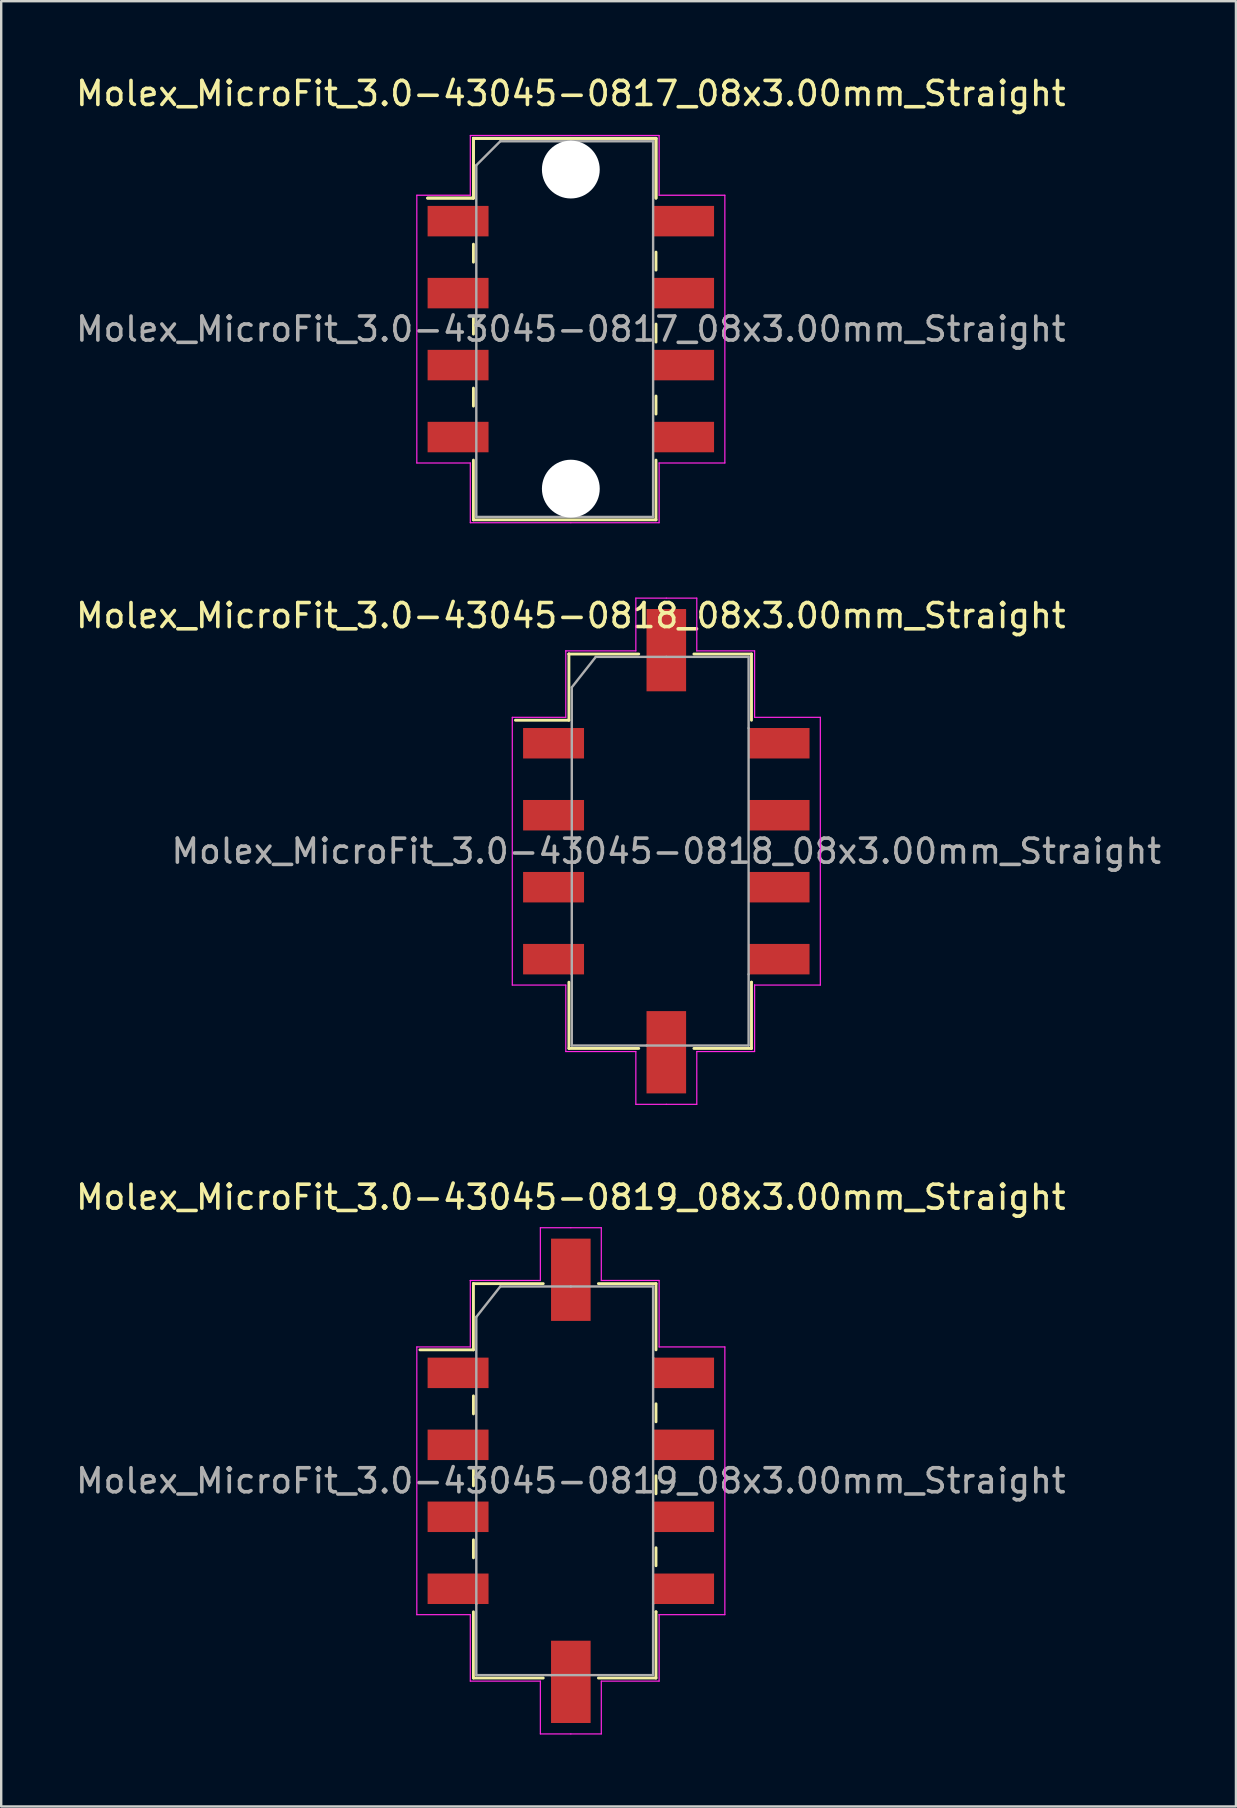
<source format=kicad_pcb>
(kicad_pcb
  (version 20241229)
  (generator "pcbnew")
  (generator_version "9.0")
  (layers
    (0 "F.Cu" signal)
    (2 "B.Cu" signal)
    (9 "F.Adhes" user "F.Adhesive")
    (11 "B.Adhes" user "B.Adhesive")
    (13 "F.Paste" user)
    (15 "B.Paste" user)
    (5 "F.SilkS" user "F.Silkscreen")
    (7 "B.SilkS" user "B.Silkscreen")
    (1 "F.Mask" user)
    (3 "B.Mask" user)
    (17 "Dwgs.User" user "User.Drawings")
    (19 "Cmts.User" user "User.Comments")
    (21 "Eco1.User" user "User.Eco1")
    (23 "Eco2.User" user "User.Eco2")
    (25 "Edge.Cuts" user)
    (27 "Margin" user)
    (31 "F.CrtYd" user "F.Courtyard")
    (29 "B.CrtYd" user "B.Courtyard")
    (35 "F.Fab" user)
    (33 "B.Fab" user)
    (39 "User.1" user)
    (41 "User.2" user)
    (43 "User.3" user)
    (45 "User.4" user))
  (footprint "Molex_MicroFit_3.0-43045-0819_08x3.00mm_Straight"
    (layer "F.Cu")
    (at 20.744 58.675)
    (property "Reference" "Molex_MicroFit_3.0-43045-0819_08x3.00mm_Straight" (at 0 -11.82 0) (layer "F.SilkS") (effects (font (size 1 1) (thickness 0.15))))
    (attr smd)
    (fp_line (start -6.29 -5.46) (end -4.06 -5.46) (stroke (width 0.12) (type solid)) (layer "F.SilkS"))
    (fp_line (start -4.06 -8.22) (end -4.06 -8.22) (stroke (width 0.12) (type solid)) (layer "F.SilkS"))
    (fp_line (start -4.06 -8.22) (end -1.15 -8.22) (stroke (width 0.12) (type solid)) (layer "F.SilkS"))
    (fp_line (start -4.06 -5.46) (end -4.06 -8.22) (stroke (width 0.12) (type solid)) (layer "F.SilkS"))
    (fp_line (start -4.06 -3.54) (end -4.06 -2.79) (stroke (width 0.12) (type solid)) (layer "F.SilkS"))
    (fp_line (start -4.06 -0.54) (end -4.06 0.21) (stroke (width 0.12) (type solid)) (layer "F.SilkS"))
    (fp_line (start -4.06 2.46) (end -4.06 3.21) (stroke (width 0.12) (type solid)) (layer "F.SilkS"))
    (fp_line (start -4.06 8.22) (end -4.06 5.46) (stroke (width 0.12) (type solid)) (layer "F.SilkS"))
    (fp_line (start -1.15 8.22) (end -4.06 8.22) (stroke (width 0.12) (type solid)) (layer "F.SilkS"))
    (fp_line (start 1.15 -8.22) (end 3.55 -8.22) (stroke (width 0.12) (type solid)) (layer "F.SilkS"))
    (fp_line (start 3.55 -8.22) (end 3.55 -5.46) (stroke (width 0.12) (type solid)) (layer "F.SilkS"))
    (fp_line (start 3.55 -2.46) (end 3.55 -3.21) (stroke (width 0.12) (type solid)) (layer "F.SilkS"))
    (fp_line (start 3.55 0.54) (end 3.55 -0.21) (stroke (width 0.12) (type solid)) (layer "F.SilkS"))
    (fp_line (start 3.55 3.54) (end 3.55 2.79) (stroke (width 0.12) (type solid)) (layer "F.SilkS"))
    (fp_line (start 3.55 5.46) (end 3.55 5.46) (stroke (width 0.12) (type solid)) (layer "F.SilkS"))
    (fp_line (start 3.55 5.46) (end 3.55 8.22) (stroke (width 0.12) (type solid)) (layer "F.SilkS"))
    (fp_line (start 3.55 8.22) (end 1.15 8.22) (stroke (width 0.12) (type solid)) (layer "F.SilkS"))
    (fp_line (start -6.42 -5.58) (end -4.19 -5.58) (stroke (width 0.05) (type solid)) (layer "F.CrtYd"))
    (fp_line (start -6.42 5.58) (end -6.42 -5.58) (stroke (width 0.05) (type solid)) (layer "F.CrtYd"))
    (fp_line (start -4.19 -8.35) (end -4.19 -8.35) (stroke (width 0.05) (type solid)) (layer "F.CrtYd"))
    (fp_line (start -4.19 -8.35) (end -1.27 -8.35) (stroke (width 0.05) (type solid)) (layer "F.CrtYd"))
    (fp_line (start -4.19 -5.58) (end -4.19 -8.35) (stroke (width 0.05) (type solid)) (layer "F.CrtYd"))
    (fp_line (start -4.19 5.58) (end -6.42 5.58) (stroke (width 0.05) (type solid)) (layer "F.CrtYd"))
    (fp_line (start -4.19 8.35) (end -4.19 5.58) (stroke (width 0.05) (type solid)) (layer "F.CrtYd"))
    (fp_line (start -1.27 -10.55) (end 0 -10.55) (stroke (width 0.05) (type solid)) (layer "F.CrtYd"))
    (fp_line (start -1.27 -8.35) (end -1.27 -10.55) (stroke (width 0.05) (type solid)) (layer "F.CrtYd"))
    (fp_line (start -1.27 8.35) (end -4.19 8.35) (stroke (width 0.05) (type solid)) (layer "F.CrtYd"))
    (fp_line (start -1.27 10.55) (end -1.27 8.35) (stroke (width 0.05) (type solid)) (layer "F.CrtYd"))
    (fp_line (start 0 -10.55) (end 1.27 -10.55) (stroke (width 0.05) (type solid)) (layer "F.CrtYd"))
    (fp_line (start 0 10.55) (end -1.27 10.55) (stroke (width 0.05) (type solid)) (layer "F.CrtYd"))
    (fp_line (start 1.27 -10.55) (end 1.27 -8.35) (stroke (width 0.05) (type solid)) (layer "F.CrtYd"))
    (fp_line (start 1.27 -8.35) (end 3.68 -8.35) (stroke (width 0.05) (type solid)) (layer "F.CrtYd"))
    (fp_line (start 1.27 8.35) (end 1.27 10.55) (stroke (width 0.05) (type solid)) (layer "F.CrtYd"))
    (fp_line (start 1.27 10.55) (end 0 10.55) (stroke (width 0.05) (type solid)) (layer "F.CrtYd"))
    (fp_line (start 3.68 -8.35) (end 3.68 -5.58) (stroke (width 0.05) (type solid)) (layer "F.CrtYd"))
    (fp_line (start 3.68 -5.58) (end 6.42 -5.58) (stroke (width 0.05) (type solid)) (layer "F.CrtYd"))
    (fp_line (start 3.68 5.58) (end 3.68 5.58) (stroke (width 0.05) (type solid)) (layer "F.CrtYd"))
    (fp_line (start 3.68 5.58) (end 3.68 8.35) (stroke (width 0.05) (type solid)) (layer "F.CrtYd"))
    (fp_line (start 3.68 8.35) (end 1.27 8.35) (stroke (width 0.05) (type solid)) (layer "F.CrtYd"))
    (fp_line (start 6.42 -5.58) (end 6.42 5.58) (stroke (width 0.05) (type solid)) (layer "F.CrtYd"))
    (fp_line (start 6.42 5.58) (end 3.68 5.58) (stroke (width 0.05) (type solid)) (layer "F.CrtYd"))
    (fp_line (start -3.94 -6.83) (end -2.94 -8.1) (stroke (width 0.1) (type solid)) (layer "F.Fab"))
    (fp_line (start -3.94 5.13) (end -3.94 -6.83) (stroke (width 0.1) (type solid)) (layer "F.Fab"))
    (fp_line (start -3.94 8.1) (end -3.94 5.13) (stroke (width 0.1) (type solid)) (layer "F.Fab"))
    (fp_line (start -2.94 -8.1) (end 0 -8.1) (stroke (width 0.1) (type solid)) (layer "F.Fab"))
    (fp_line (start -0.82 8.1) (end -3.94 8.1) (stroke (width 0.1) (type solid)) (layer "F.Fab"))
    (fp_line (start 0 -8.1) (end 3.43 -8.1) (stroke (width 0.1) (type solid)) (layer "F.Fab"))
    (fp_line (start 3.43 -8.1) (end 3.43 -5.13) (stroke (width 0.1) (type solid)) (layer "F.Fab"))
    (fp_line (start 3.43 -5.13) (end 3.43 5.13) (stroke (width 0.1) (type solid)) (layer "F.Fab"))
    (fp_line (start 3.43 5.13) (end 3.43 8.1) (stroke (width 0.1) (type solid)) (layer "F.Fab"))
    (fp_line (start 3.43 8.1) (end -0.82 8.1) (stroke (width 0.1) (type solid)) (layer "F.Fab"))
    (fp_text user "${REFERENCE}" (at 0 0 0) (layer "F.Fab") (effects (font (size 1 1) (thickness 0.15))))
    (pad "" smd rect (at 0 -8.38) (size 1.65 3.43) (layers "F.Cu" "F.Mask" "F.Paste"))
    (pad "" smd rect (at 0 8.38) (size 1.65 3.43) (layers "F.Cu" "F.Mask" "F.Paste"))
    (pad "1" smd rect (at -4.7 -4.5) (size 2.54 1.27) (layers "F.Cu" "F.Mask" "F.Paste"))
    (pad "2" smd rect (at -4.7 -1.5) (size 2.54 1.27) (layers "F.Cu" "F.Mask" "F.Paste"))
    (pad "3" smd rect (at -4.7 1.5) (size 2.54 1.27) (layers "F.Cu" "F.Mask" "F.Paste"))
    (pad "4" smd rect (at -4.7 4.5) (size 2.54 1.27) (layers "F.Cu" "F.Mask" "F.Paste"))
    (pad "5" smd rect (at 4.7 4.5) (size 2.54 1.27) (layers "F.Cu" "F.Mask" "F.Paste"))
    (pad "6" smd rect (at 4.7 1.5) (size 2.54 1.27) (layers "F.Cu" "F.Mask" "F.Paste"))
    (pad "7" smd rect (at 4.7 -1.5) (size 2.54 1.27) (layers "F.Cu" "F.Mask" "F.Paste"))
    (pad "8" smd rect (at 4.7 -4.5) (size 2.54 1.27) (layers "F.Cu" "F.Mask" "F.Paste")))
  (footprint "Molex_MicroFit_3.0-43045-0818_08x3.00mm_Straight"
    (layer "F.Cu")
    (at 24.724 32.431)
    (property "Reference" "Molex_MicroFit_3.0-43045-0818_08x3.00mm_Straight" (at -3.98 -9.82 0) (layer "F.SilkS") (effects (font (size 1 1) (thickness 0.15))))
    (attr smd)
    (fp_line (start -6.29 -5.46) (end -4.06 -5.46) (stroke (width 0.12) (type solid)) (layer "F.SilkS"))
    (fp_line (start -4.06 -8.22) (end -4.06 -8.22) (stroke (width 0.12) (type solid)) (layer "F.SilkS"))
    (fp_line (start -4.06 -8.22) (end -1.15 -8.22) (stroke (width 0.12) (type solid)) (layer "F.SilkS"))
    (fp_line (start -4.06 -5.46) (end -4.06 -8.22) (stroke (width 0.12) (type solid)) (layer "F.SilkS"))
    (fp_line (start -4.06 8.22) (end -4.06 5.46) (stroke (width 0.12) (type solid)) (layer "F.SilkS"))
    (fp_line (start -1.15 8.22) (end -4.06 8.22) (stroke (width 0.12) (type solid)) (layer "F.SilkS"))
    (fp_line (start 1.15 -8.22) (end 3.55 -8.22) (stroke (width 0.12) (type solid)) (layer "F.SilkS"))
    (fp_line (start 3.55 -8.22) (end 3.55 -5.46) (stroke (width 0.12) (type solid)) (layer "F.SilkS"))
    (fp_line (start 3.55 5.46) (end 3.55 5.46) (stroke (width 0.12) (type solid)) (layer "F.SilkS"))
    (fp_line (start 3.55 5.46) (end 3.55 8.22) (stroke (width 0.12) (type solid)) (layer "F.SilkS"))
    (fp_line (start 3.55 8.22) (end 1.15 8.22) (stroke (width 0.12) (type solid)) (layer "F.SilkS"))
    (fp_line (start -6.42 -5.58) (end -4.19 -5.58) (stroke (width 0.05) (type solid)) (layer "F.CrtYd"))
    (fp_line (start -6.42 5.58) (end -6.42 -5.58) (stroke (width 0.05) (type solid)) (layer "F.CrtYd"))
    (fp_line (start -4.19 -8.35) (end -4.19 -8.35) (stroke (width 0.05) (type solid)) (layer "F.CrtYd"))
    (fp_line (start -4.19 -8.35) (end -1.27 -8.35) (stroke (width 0.05) (type solid)) (layer "F.CrtYd"))
    (fp_line (start -4.19 -5.58) (end -4.19 -8.35) (stroke (width 0.05) (type solid)) (layer "F.CrtYd"))
    (fp_line (start -4.19 5.58) (end -6.42 5.58) (stroke (width 0.05) (type solid)) (layer "F.CrtYd"))
    (fp_line (start -4.19 8.35) (end -4.19 5.58) (stroke (width 0.05) (type solid)) (layer "F.CrtYd"))
    (fp_line (start -1.27 -10.55) (end 0 -10.55) (stroke (width 0.05) (type solid)) (layer "F.CrtYd"))
    (fp_line (start -1.27 -8.35) (end -1.27 -10.55) (stroke (width 0.05) (type solid)) (layer "F.CrtYd"))
    (fp_line (start -1.27 8.35) (end -4.19 8.35) (stroke (width 0.05) (type solid)) (layer "F.CrtYd"))
    (fp_line (start -1.27 10.55) (end -1.27 8.35) (stroke (width 0.05) (type solid)) (layer "F.CrtYd"))
    (fp_line (start 0 -10.55) (end 1.27 -10.55) (stroke (width 0.05) (type solid)) (layer "F.CrtYd"))
    (fp_line (start 0 10.55) (end -1.27 10.55) (stroke (width 0.05) (type solid)) (layer "F.CrtYd"))
    (fp_line (start 1.27 -10.55) (end 1.27 -8.35) (stroke (width 0.05) (type solid)) (layer "F.CrtYd"))
    (fp_line (start 1.27 -8.35) (end 3.68 -8.35) (stroke (width 0.05) (type solid)) (layer "F.CrtYd"))
    (fp_line (start 1.27 8.35) (end 1.27 10.55) (stroke (width 0.05) (type solid)) (layer "F.CrtYd"))
    (fp_line (start 1.27 10.55) (end 0 10.55) (stroke (width 0.05) (type solid)) (layer "F.CrtYd"))
    (fp_line (start 3.68 -8.35) (end 3.68 -5.58) (stroke (width 0.05) (type solid)) (layer "F.CrtYd"))
    (fp_line (start 3.68 -5.58) (end 6.42 -5.58) (stroke (width 0.05) (type solid)) (layer "F.CrtYd"))
    (fp_line (start 3.68 5.58) (end 3.68 5.58) (stroke (width 0.05) (type solid)) (layer "F.CrtYd"))
    (fp_line (start 3.68 5.58) (end 3.68 8.35) (stroke (width 0.05) (type solid)) (layer "F.CrtYd"))
    (fp_line (start 3.68 8.35) (end 1.27 8.35) (stroke (width 0.05) (type solid)) (layer "F.CrtYd"))
    (fp_line (start 6.42 -5.58) (end 6.42 5.58) (stroke (width 0.05) (type solid)) (layer "F.CrtYd"))
    (fp_line (start 6.42 5.58) (end 3.68 5.58) (stroke (width 0.05) (type solid)) (layer "F.CrtYd"))
    (fp_line (start -3.94 -6.83) (end -2.94 -8.1) (stroke (width 0.1) (type solid)) (layer "F.Fab"))
    (fp_line (start -3.94 5.13) (end -3.94 -6.83) (stroke (width 0.1) (type solid)) (layer "F.Fab"))
    (fp_line (start -3.94 8.1) (end -3.94 5.13) (stroke (width 0.1) (type solid)) (layer "F.Fab"))
    (fp_line (start -2.94 -8.1) (end 0 -8.1) (stroke (width 0.1) (type solid)) (layer "F.Fab"))
    (fp_line (start -0.82 8.1) (end -3.94 8.1) (stroke (width 0.1) (type solid)) (layer "F.Fab"))
    (fp_line (start 0 -8.1) (end 3.43 -8.1) (stroke (width 0.1) (type solid)) (layer "F.Fab"))
    (fp_line (start 3.43 -8.1) (end 3.43 -5.13) (stroke (width 0.1) (type solid)) (layer "F.Fab"))
    (fp_line (start 3.43 -5.13) (end 3.43 5.13) (stroke (width 0.1) (type solid)) (layer "F.Fab"))
    (fp_line (start 3.43 5.13) (end 3.43 8.1) (stroke (width 0.1) (type solid)) (layer "F.Fab"))
    (fp_line (start 3.43 8.1) (end -0.82 8.1) (stroke (width 0.1) (type solid)) (layer "F.Fab"))
    (fp_text user "${REFERENCE}" (at 0 0 0) (layer "F.Fab") (effects (font (size 1 1) (thickness 0.15))))
    (pad "" smd rect (at 0 -8.38) (size 1.65 3.43) (layers "F.Cu" "F.Mask" "F.Paste"))
    (pad "" smd rect (at 0 8.38) (size 1.65 3.43) (layers "F.Cu" "F.Mask" "F.Paste"))
    (pad "1" smd rect (at -4.7 -4.5) (size 2.54 1.27) (layers "F.Cu" "F.Mask" "F.Paste"))
    (pad "2" smd rect (at -4.7 -1.5) (size 2.54 1.27) (layers "F.Cu" "F.Mask" "F.Paste"))
    (pad "3" smd rect (at -4.7 1.5) (size 2.54 1.27) (layers "F.Cu" "F.Mask" "F.Paste"))
    (pad "4" smd rect (at -4.7 4.5) (size 2.54 1.27) (layers "F.Cu" "F.Mask" "F.Paste"))
    (pad "5" smd rect (at 4.7 4.5) (size 2.54 1.27) (layers "F.Cu" "F.Mask" "F.Paste"))
    (pad "6" smd rect (at 4.7 1.5) (size 2.54 1.27) (layers "F.Cu" "F.Mask" "F.Paste"))
    (pad "7" smd rect (at 4.7 -1.5) (size 2.54 1.27) (layers "F.Cu" "F.Mask" "F.Paste"))
    (pad "8" smd rect (at 4.7 -4.5) (size 2.54 1.27) (layers "F.Cu" "F.Mask" "F.Paste")))
  (footprint "Molex_MicroFit_3.0-43045-0817_08x3.00mm_Straight"
    (layer "F.Cu")
    (at 20.744 10.668)
    (property "Reference" "Molex_MicroFit_3.0-43045-0817_08x3.00mm_Straight" (at 0 -9.82 0) (layer "F.SilkS") (effects (font (size 1 1) (thickness 0.15))))
    (attr smd)
    (fp_line (start -5.97 -5.46) (end -4.06 -5.46) (stroke (width 0.12) (type solid)) (layer "F.SilkS"))
    (fp_line (start -5.97 -5.46) (end -4.06 -5.46) (stroke (width 0.12) (type solid)) (layer "F.SilkS"))
    (fp_line (start -4.06 -7.95) (end 3.55 -7.95) (stroke (width 0.12) (type solid)) (layer "F.SilkS"))
    (fp_line (start -4.06 -7.95) (end 3.55 -7.95) (stroke (width 0.12) (type solid)) (layer "F.SilkS"))
    (fp_line (start -4.06 -5.46) (end -4.06 -7.95) (stroke (width 0.12) (type solid)) (layer "F.SilkS"))
    (fp_line (start -4.06 -5.46) (end -4.06 -7.95) (stroke (width 0.12) (type solid)) (layer "F.SilkS"))
    (fp_line (start -4.06 -3.54) (end -4.06 -2.79) (stroke (width 0.12) (type solid)) (layer "F.SilkS"))
    (fp_line (start -4.06 -0.54) (end -4.06 0.21) (stroke (width 0.12) (type solid)) (layer "F.SilkS"))
    (fp_line (start -4.06 2.46) (end -4.06 3.21) (stroke (width 0.12) (type solid)) (layer "F.SilkS"))
    (fp_line (start -4.06 7.95) (end -4.06 5.46) (stroke (width 0.12) (type solid)) (layer "F.SilkS"))
    (fp_line (start 3.55 -7.95) (end 3.55 -5.46) (stroke (width 0.12) (type solid)) (layer "F.SilkS"))
    (fp_line (start 3.55 -7.95) (end 3.55 -5.46) (stroke (width 0.12) (type solid)) (layer "F.SilkS"))
    (fp_line (start 3.55 -2.46) (end 3.55 -3.21) (stroke (width 0.12) (type solid)) (layer "F.SilkS"))
    (fp_line (start 3.55 0.54) (end 3.55 -0.21) (stroke (width 0.12) (type solid)) (layer "F.SilkS"))
    (fp_line (start 3.55 3.54) (end 3.55 2.79) (stroke (width 0.12) (type solid)) (layer "F.SilkS"))
    (fp_line (start 3.55 5.46) (end 3.55 7.95) (stroke (width 0.12) (type solid)) (layer "F.SilkS"))
    (fp_line (start 3.55 7.95) (end -4.06 7.95) (stroke (width 0.12) (type solid)) (layer "F.SilkS"))
    (fp_line (start -6.42 -5.58) (end -4.19 -5.58) (stroke (width 0.05) (type solid)) (layer "F.CrtYd"))
    (fp_line (start -6.42 5.58) (end -6.42 -5.58) (stroke (width 0.05) (type solid)) (layer "F.CrtYd"))
    (fp_line (start -4.19 -8.07) (end 0 -8.07) (stroke (width 0.05) (type solid)) (layer "F.CrtYd"))
    (fp_line (start -4.19 -5.58) (end -4.19 -8.07) (stroke (width 0.05) (type solid)) (layer "F.CrtYd"))
    (fp_line (start -4.19 5.58) (end -6.42 5.58) (stroke (width 0.05) (type solid)) (layer "F.CrtYd"))
    (fp_line (start -4.19 8.07) (end -4.19 5.58) (stroke (width 0.05) (type solid)) (layer "F.CrtYd"))
    (fp_line (start 0 -8.07) (end 3.68 -8.07) (stroke (width 0.05) (type solid)) (layer "F.CrtYd"))
    (fp_line (start 0 8.07) (end -4.19 8.07) (stroke (width 0.05) (type solid)) (layer "F.CrtYd"))
    (fp_line (start 3.68 -8.07) (end 3.68 -5.58) (stroke (width 0.05) (type solid)) (layer "F.CrtYd"))
    (fp_line (start 3.68 -5.58) (end 6.42 -5.58) (stroke (width 0.05) (type solid)) (layer "F.CrtYd"))
    (fp_line (start 3.68 5.58) (end 3.68 8.07) (stroke (width 0.05) (type solid)) (layer "F.CrtYd"))
    (fp_line (start 3.68 8.07) (end 0 8.07) (stroke (width 0.05) (type solid)) (layer "F.CrtYd"))
    (fp_line (start 6.42 -5.58) (end 6.42 5.58) (stroke (width 0.05) (type solid)) (layer "F.CrtYd"))
    (fp_line (start 6.42 5.58) (end 3.68 5.58) (stroke (width 0.05) (type solid)) (layer "F.CrtYd"))
    (fp_line (start -3.94 -6.83) (end -2.94 -7.83) (stroke (width 0.1) (type solid)) (layer "F.Fab"))
    (fp_line (start -3.94 7.83) (end -3.94 -6.83) (stroke (width 0.1) (type solid)) (layer "F.Fab"))
    (fp_line (start -2.94 -7.83) (end 0 -7.83) (stroke (width 0.1) (type solid)) (layer "F.Fab"))
    (fp_line (start 0 -7.83) (end 3.43 -7.83) (stroke (width 0.1) (type solid)) (layer "F.Fab"))
    (fp_line (start 0 7.83) (end -3.94 7.83) (stroke (width 0.1) (type solid)) (layer "F.Fab"))
    (fp_line (start 3.43 -7.83) (end 3.43 7.83) (stroke (width 0.1) (type solid)) (layer "F.Fab"))
    (fp_line (start 3.43 7.83) (end 0 7.83) (stroke (width 0.1) (type solid)) (layer "F.Fab"))
    (fp_text user "${REFERENCE}" (at 0 0 0) (layer "F.Fab") (effects (font (size 1 1) (thickness 0.15))))
    (pad "" np_thru_hole circle (at 0 -6.65) (size 2.41 2.41) (drill 2.41) (layers "*.Cu"))
    (pad "" np_thru_hole circle (at 0 6.65) (size 2.41 2.41) (drill 2.41) (layers "*.Cu"))
    (pad "1" smd rect (at -4.7 -4.5) (size 2.54 1.27) (layers "F.Cu" "F.Mask" "F.Paste"))
    (pad "2" smd rect (at -4.7 -1.5) (size 2.54 1.27) (layers "F.Cu" "F.Mask" "F.Paste"))
    (pad "3" smd rect (at -4.7 1.5) (size 2.54 1.27) (layers "F.Cu" "F.Mask" "F.Paste"))
    (pad "4" smd rect (at -4.7 4.5) (size 2.54 1.27) (layers "F.Cu" "F.Mask" "F.Paste"))
    (pad "5" smd rect (at 4.7 4.5) (size 2.54 1.27) (layers "F.Cu" "F.Mask" "F.Paste"))
    (pad "6" smd rect (at 4.7 1.5) (size 2.54 1.27) (layers "F.Cu" "F.Mask" "F.Paste"))
    (pad "7" smd rect (at 4.7 -1.5) (size 2.54 1.27) (layers "F.Cu" "F.Mask" "F.Paste"))
    (pad "8" smd rect (at 4.7 -4.5) (size 2.54 1.27) (layers "F.Cu" "F.Mask" "F.Paste")))
  (gr_rect
    (start -3 -3)
    (end 48.468 72.25)
    (stroke (width 0.1) (type default))
    (fill no)
    (layer "Edge.Cuts")))
</source>
